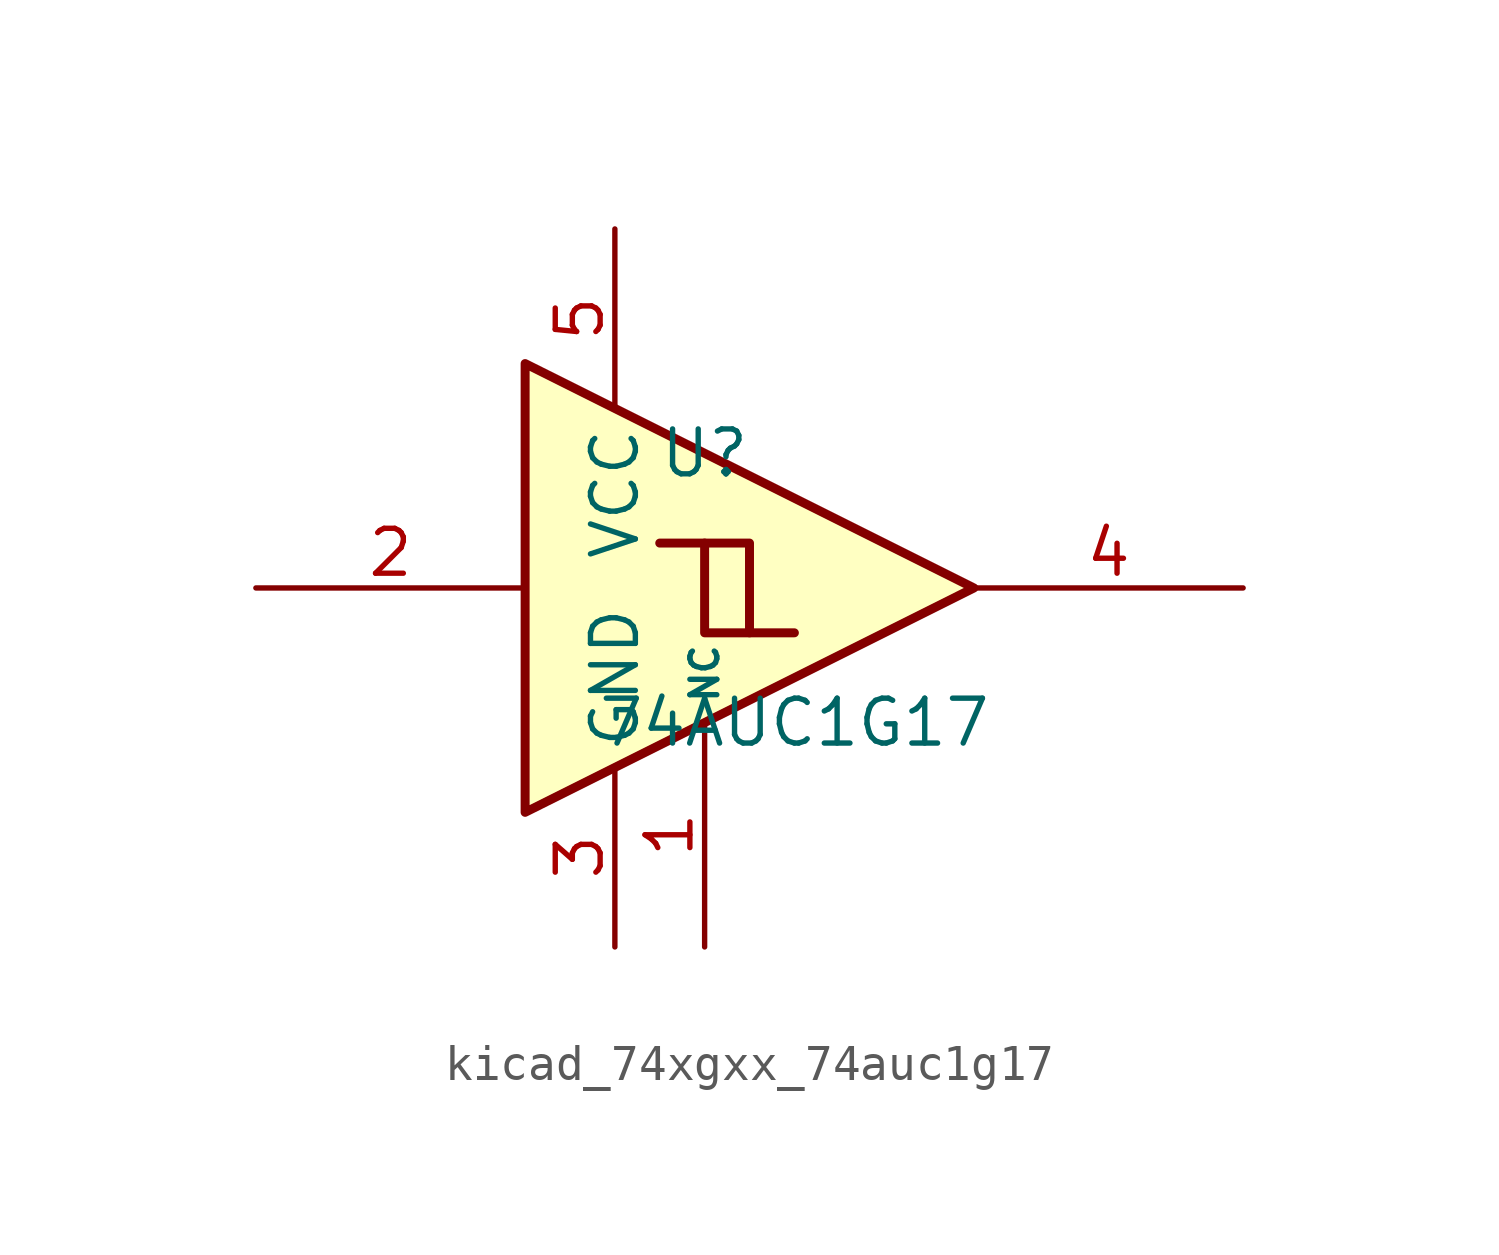
<source format=kicad_sym>
(kicad_symbol_lib
  (version 20220914)
  (generator kicad_symbol_editor)
  (symbol "kicad_74xgxx_74auc1g17"
    (property "Reference" "U"
      (at -2.54 3.81 0)
      (effects (font (size 1.27 1.27))))
    (property "Value" "74AUC1G17"
      (at 0 -3.81 0)
      (effects (font (size 1.27 1.27))))
    (symbol "kicad_74xgxx_74auc1g17_0_1"
      (polyline (pts (xy -2.54 1.27) (xy -1.27 1.27) (xy -1.27 -1.27)) (stroke (width 0.254) (type default)) (fill (type background)))
      (polyline (pts (xy -7.62 6.35) (xy -7.62 -6.35) (xy 5.08 0) (xy -7.62 6.35)) (stroke (width 0.254) (type default)) (fill (type background)))
      (polyline (pts (xy -3.81 1.27) (xy -2.54 1.27) (xy -2.54 -1.27) (xy 0 -1.27)) (stroke (width 0.254) (type default)) (fill (type background))))
    (symbol "kicad_74xgxx_74auc1g17_1_1"
      (pin free line (at -2.54 -10.16 90) (length 6.35) (name "NC" (effects (font (size 0.762 0.762)))) (number "1" (effects (font (size 1.27 1.27)))))
      (pin input line (at -15.24 0 0) (length 7.62) (name "~" (effects (font (size 1.27 1.27)))) (number "2" (effects (font (size 1.27 1.27)))))
      (pin power_in line (at -5.08 -10.16 90) (length 5.08) (name "GND" (effects (font (size 1.27 1.27)))) (number "3" (effects (font (size 1.27 1.27)))))
      (pin output line (at 12.7 0 180) (length 7.62) (name "~" (effects (font (size 1.27 1.27)))) (number "4" (effects (font (size 1.27 1.27)))))
      (pin power_in line (at -5.08 10.16 270) (length 5.08) (name "VCC" (effects (font (size 1.27 1.27)))) (number "5" (effects (font (size 1.27 1.27))))))))
</source>
